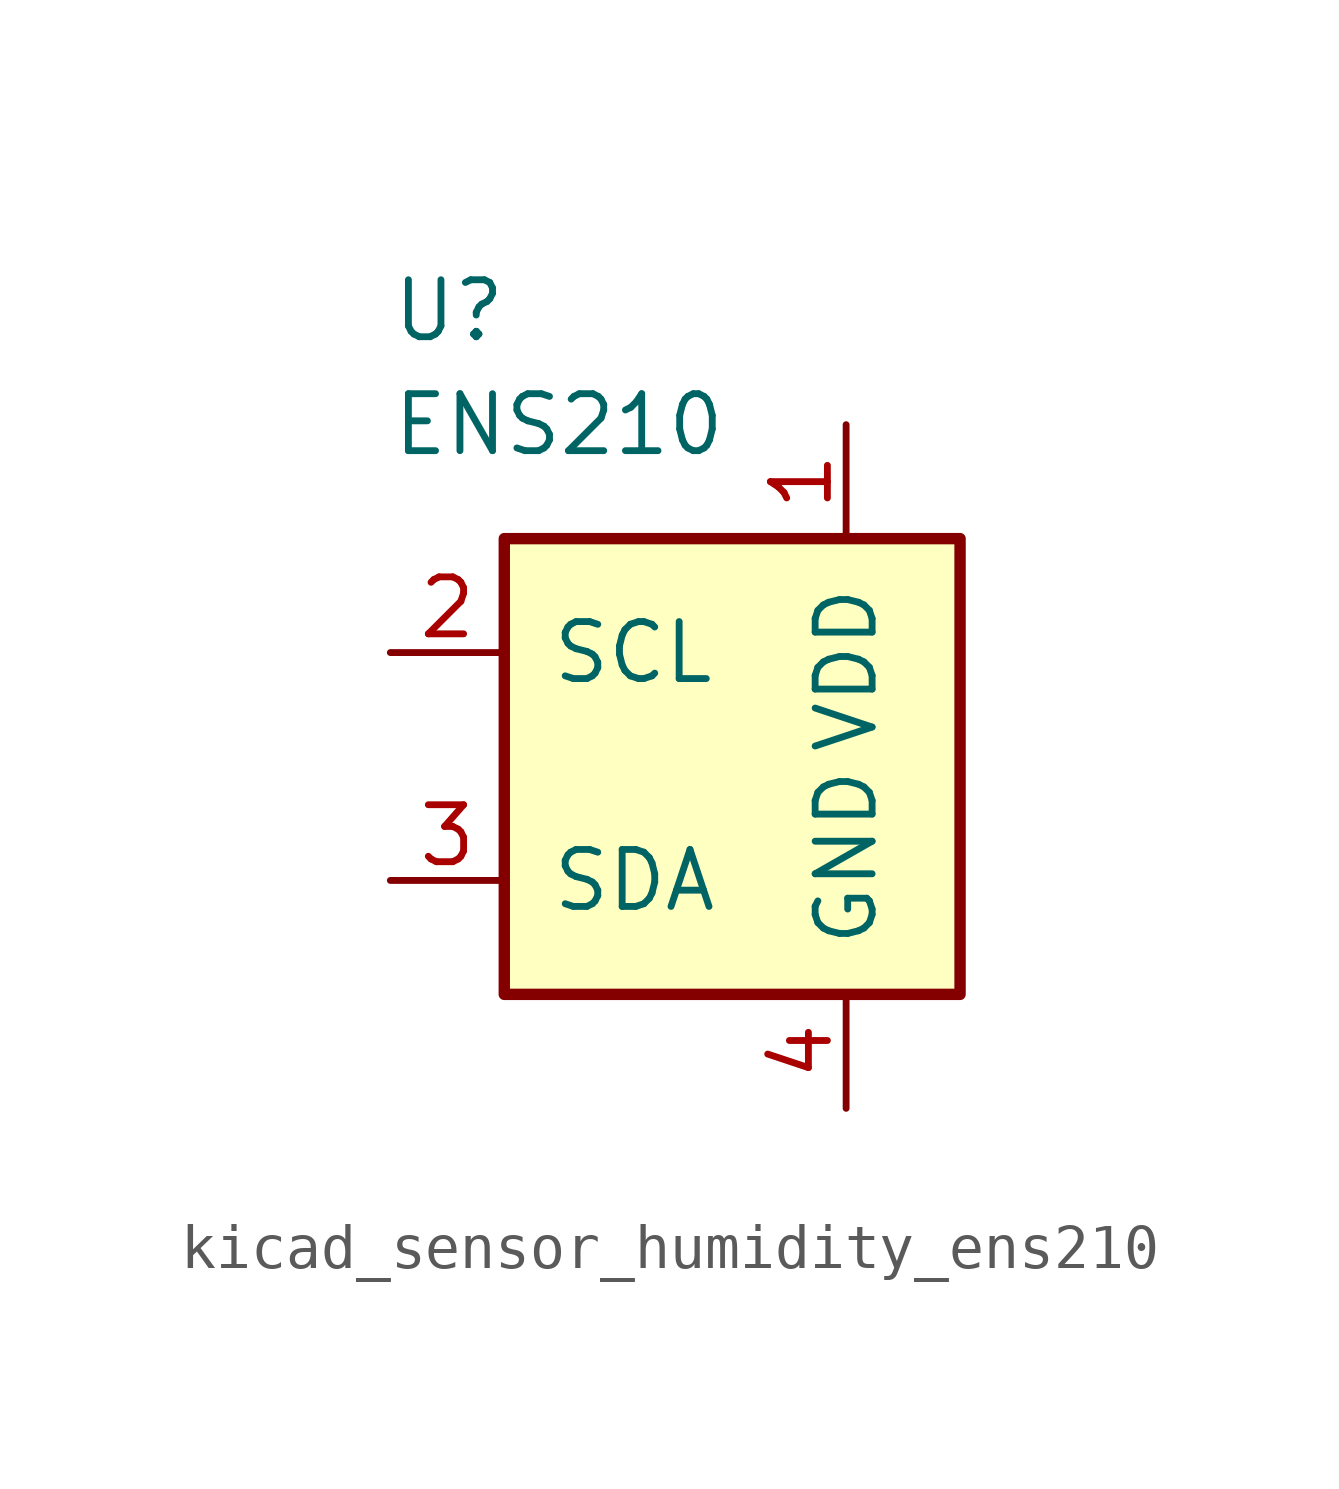
<source format=kicad_sym>
(kicad_symbol_lib
  (version 20220914)
  (generator kicad_symbol_editor)
  (symbol "kicad_sensor_humidity_ens210"
    (pin_names
      (offset 1.016))
    (property "Reference" "U"
      (at -7.62 10.16 0)
      (effects (font (size 1.27 1.27)) (justify left)))
    (property "Value" "ENS210"
      (at -7.62 7.62 0)
      (effects (font (size 1.27 1.27)) (justify left)))
    (symbol "kicad_sensor_humidity_ens210_0_1"
      (rectangle (start -5.08 5.08) (end 5.08 -5.08) (stroke (width 0.254) (type default)) (fill (type background))))
    (symbol "kicad_sensor_humidity_ens210_1_1"
      (pin power_in line (at 2.54 7.62 270) (length 2.54) (name "VDD" (effects (font (size 1.27 1.27)))) (number "1" (effects (font (size 1.27 1.27)))))
      (pin input line (at -7.62 2.54 0) (length 2.54) (name "SCL" (effects (font (size 1.27 1.27)))) (number "2" (effects (font (size 1.27 1.27)))))
      (pin bidirectional line (at -7.62 -2.54 0) (length 2.54) (name "SDA" (effects (font (size 1.27 1.27)))) (number "3" (effects (font (size 1.27 1.27)))))
      (pin power_in line (at 2.54 -7.62 90) (length 2.54) (name "GND" (effects (font (size 1.27 1.27)))) (number "4" (effects (font (size 1.27 1.27)))))
      (pin passive line (at 2.54 -7.62 90) (length 2.54) hide (name "GND" (effects (font (size 1.27 1.27)))) (number "5" (effects (font (size 1.27 1.27))))))))
</source>
